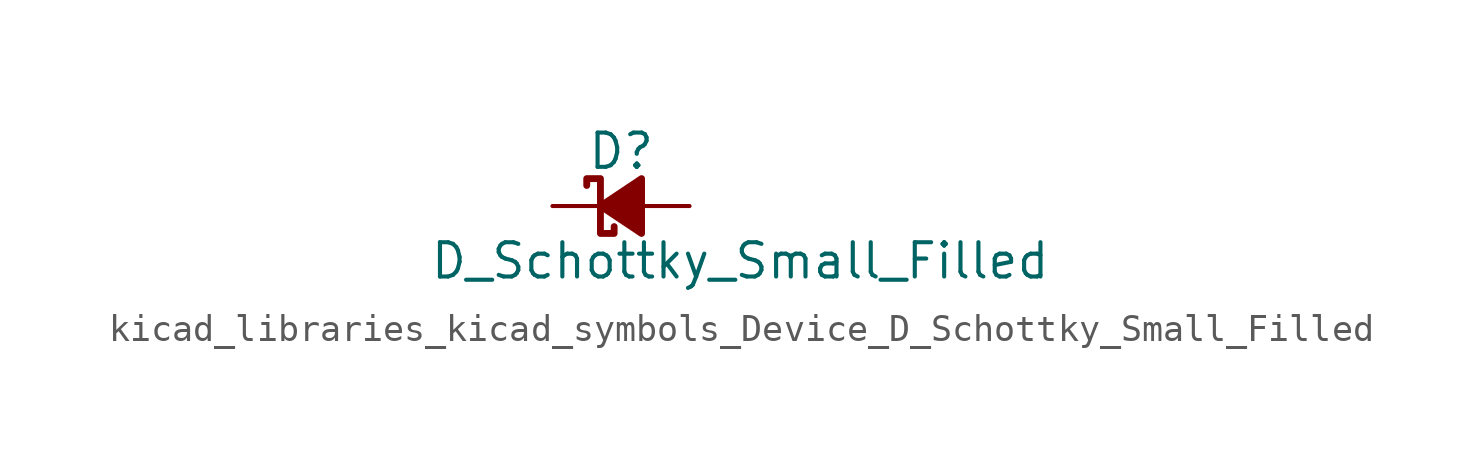
<source format=kicad_sym>
(kicad_symbol_lib
  (version 20220914)
  (generator kicad_symbol_editor)
  (symbol "kicad_libraries_kicad_symbols_Device_D_Schottky_Small_Filled"
    (pin_numbers hide)
    (pin_names
      (offset 0.254) hide)
    (property "Reference" "D"
      (at -1.27 2.032 0)
      (effects (font (size 1.27 1.27)) (justify left)))
    (property "Value" "D_Schottky_Small_Filled"
      (at -7.112 -2.032 0)
      (effects (font (size 1.27 1.27)) (justify left)))
    (symbol "kicad_libraries_kicad_symbols_Device_D_Schottky_Small_Filled_0_1"
      (polyline (pts (xy -0.762 0) (xy 0.762 0)) (stroke (width 0) (type default)) (fill (type none)))
      (polyline (pts (xy 0.762 -1.016) (xy -0.762 0) (xy 0.762 1.016) (xy 0.762 -1.016)) (stroke (width 0.254) (type default)) (fill (type outline)))
      (polyline (pts (xy -1.27 0.762) (xy -1.27 1.016) (xy -0.762 1.016) (xy -0.762 -1.016) (xy -0.254 -1.016) (xy -0.254 -0.762)) (stroke (width 0.254) (type default)) (fill (type none))))
    (symbol "kicad_libraries_kicad_symbols_Device_D_Schottky_Small_Filled_1_1"
      (pin passive line (at -2.54 0 0) (length 1.778) (name "K" (effects (font (size 1.27 1.27)))) (number "1" (effects (font (size 1.27 1.27)))))
      (pin passive line (at 2.54 0 180) (length 1.778) (name "A" (effects (font (size 1.27 1.27)))) (number "2" (effects (font (size 1.27 1.27))))))))
</source>
